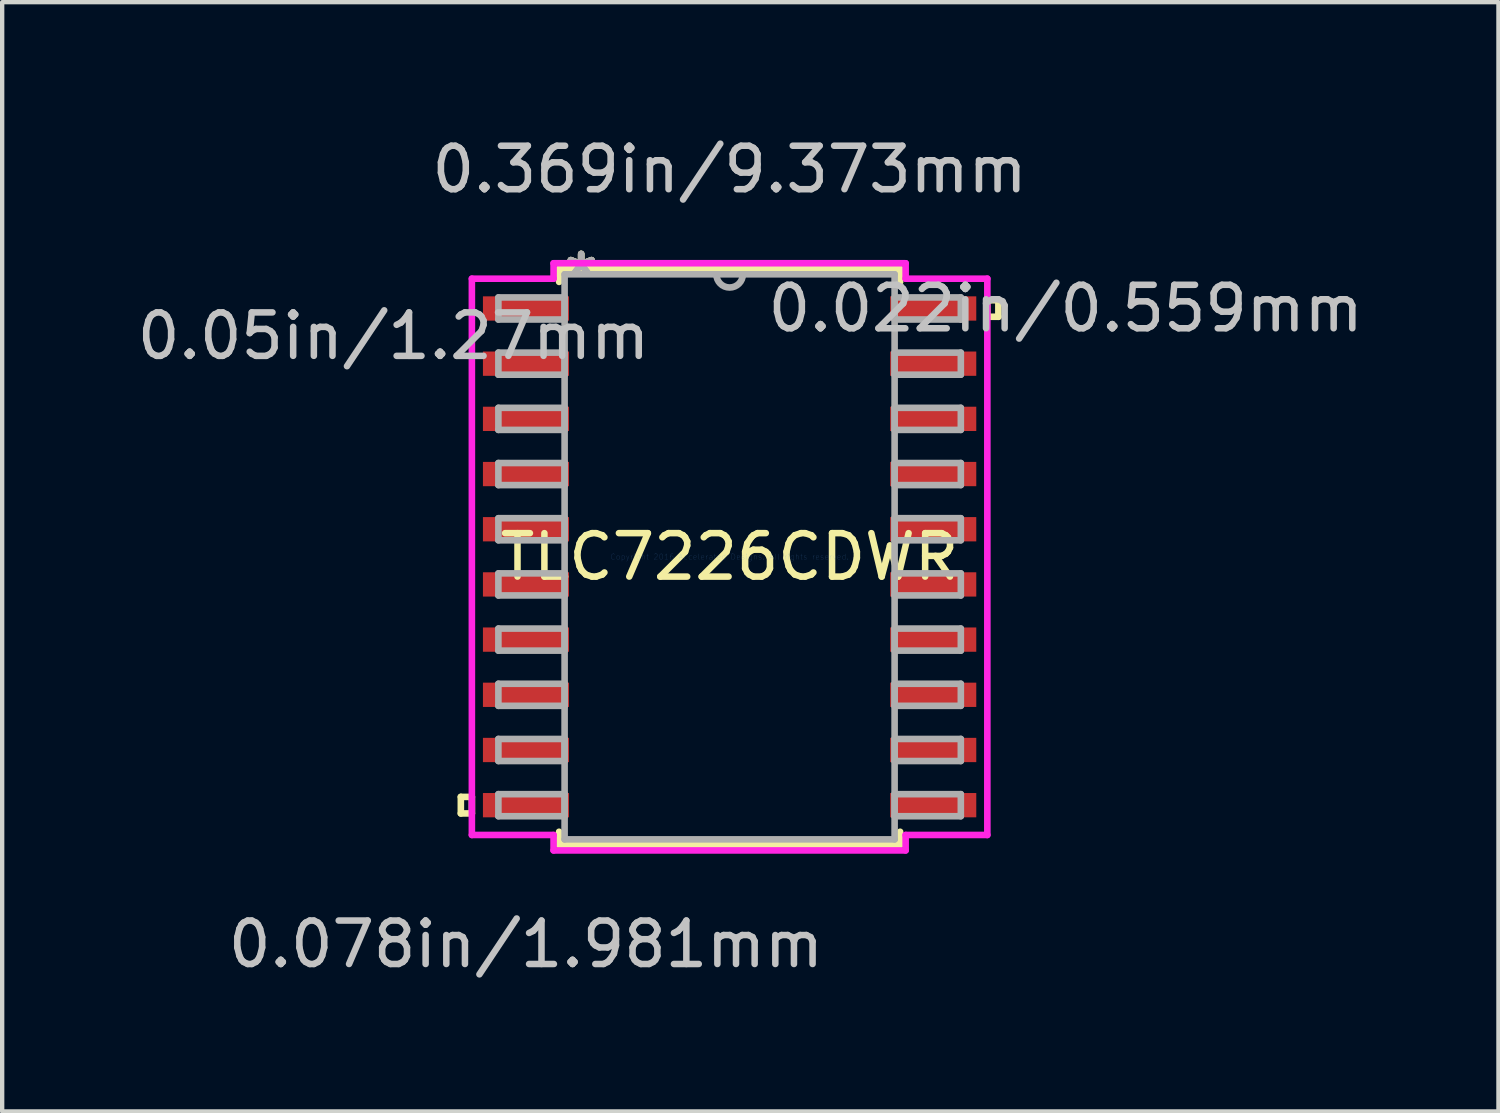
<source format=kicad_pcb>
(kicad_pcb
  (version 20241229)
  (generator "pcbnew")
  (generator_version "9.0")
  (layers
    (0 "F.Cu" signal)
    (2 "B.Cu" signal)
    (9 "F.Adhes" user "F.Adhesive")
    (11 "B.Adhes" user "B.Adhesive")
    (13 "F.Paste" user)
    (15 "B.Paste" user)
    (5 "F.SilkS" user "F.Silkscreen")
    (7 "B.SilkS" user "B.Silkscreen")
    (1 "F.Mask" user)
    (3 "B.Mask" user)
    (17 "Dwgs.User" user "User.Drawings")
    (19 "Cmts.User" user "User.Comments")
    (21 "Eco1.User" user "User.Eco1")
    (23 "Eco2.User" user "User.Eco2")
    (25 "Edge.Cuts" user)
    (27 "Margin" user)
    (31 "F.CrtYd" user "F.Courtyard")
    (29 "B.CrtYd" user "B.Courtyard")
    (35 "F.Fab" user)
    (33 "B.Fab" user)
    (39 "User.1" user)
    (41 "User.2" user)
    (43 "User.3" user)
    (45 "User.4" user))
  (footprint "TLC7226CDWR"
    (layer "F.Cu")
    (at 13.74 9.764)
    (property "Reference" "TLC7226CDWR" (at 0 0 0) (layer "F.SilkS") (effects (font (size 1 1) (thickness 0.15))))
    (attr through_hole)
    (fp_line (start -6.185 5.524) (end -6.185 5.905) (stroke (width 0.152) (type solid)) (layer "F.SilkS"))
    (fp_line (start -6.185 5.905) (end -5.931 5.905) (stroke (width 0.152) (type solid)) (layer "F.SilkS"))
    (fp_line (start -5.931 5.524) (end -6.185 5.524) (stroke (width 0.152) (type solid)) (layer "F.SilkS"))
    (fp_line (start -5.931 5.905) (end -5.931 5.524) (stroke (width 0.152) (type solid)) (layer "F.SilkS"))
    (fp_line (start -3.924 -6.629) (end -3.924 -6.327) (stroke (width 0.152) (type solid)) (layer "F.SilkS"))
    (fp_line (start -3.924 6.327) (end -3.924 6.629) (stroke (width 0.152) (type solid)) (layer "F.SilkS"))
    (fp_line (start -3.924 6.629) (end 3.924 6.629) (stroke (width 0.152) (type solid)) (layer "F.SilkS"))
    (fp_line (start 3.924 -6.629) (end -3.924 -6.629) (stroke (width 0.152) (type solid)) (layer "F.SilkS"))
    (fp_line (start 3.924 -6.327) (end 3.924 -6.629) (stroke (width 0.152) (type solid)) (layer "F.SilkS"))
    (fp_line (start 3.924 6.629) (end 3.924 6.327) (stroke (width 0.152) (type solid)) (layer "F.SilkS"))
    (fp_line (start 5.931 -5.905) (end 6.185 -5.905) (stroke (width 0.152) (type solid)) (layer "F.SilkS"))
    (fp_line (start 5.931 -5.524) (end 5.931 -5.905) (stroke (width 0.152) (type solid)) (layer "F.SilkS"))
    (fp_line (start 6.185 -5.905) (end 6.185 -5.524) (stroke (width 0.152) (type solid)) (layer "F.SilkS"))
    (fp_line (start 6.185 -5.524) (end 5.931 -5.524) (stroke (width 0.152) (type solid)) (layer "F.SilkS"))
    (fp_line (start -5.931 -6.401) (end -4.051 -6.401) (stroke (width 0.152) (type solid)) (layer "F.CrtYd"))
    (fp_line (start -5.931 6.401) (end -5.931 -6.401) (stroke (width 0.152) (type solid)) (layer "F.CrtYd"))
    (fp_line (start -4.051 -6.756) (end 4.051 -6.756) (stroke (width 0.152) (type solid)) (layer "F.CrtYd"))
    (fp_line (start -4.051 -6.401) (end -4.051 -6.756) (stroke (width 0.152) (type solid)) (layer "F.CrtYd"))
    (fp_line (start -4.051 6.401) (end -5.931 6.401) (stroke (width 0.152) (type solid)) (layer "F.CrtYd"))
    (fp_line (start -4.051 6.756) (end -4.051 6.401) (stroke (width 0.152) (type solid)) (layer "F.CrtYd"))
    (fp_line (start 4.051 -6.756) (end 4.051 -6.401) (stroke (width 0.152) (type solid)) (layer "F.CrtYd"))
    (fp_line (start 4.051 -6.401) (end 5.931 -6.401) (stroke (width 0.152) (type solid)) (layer "F.CrtYd"))
    (fp_line (start 4.051 6.401) (end 4.051 6.756) (stroke (width 0.152) (type solid)) (layer "F.CrtYd"))
    (fp_line (start 4.051 6.756) (end -4.051 6.756) (stroke (width 0.152) (type solid)) (layer "F.CrtYd"))
    (fp_line (start 5.931 -6.401) (end 5.931 6.401) (stroke (width 0.152) (type solid)) (layer "F.CrtYd"))
    (fp_line (start 5.931 6.401) (end 4.051 6.401) (stroke (width 0.152) (type solid)) (layer "F.CrtYd"))
    (fp_line (start -5.321 -5.969) (end -5.321 -5.461) (stroke (width 0.152) (type solid)) (layer "F.Fab"))
    (fp_line (start -5.321 -5.461) (end -3.797 -5.461) (stroke (width 0.152) (type solid)) (layer "F.Fab"))
    (fp_line (start -5.321 -4.699) (end -5.321 -4.191) (stroke (width 0.152) (type solid)) (layer "F.Fab"))
    (fp_line (start -5.321 -4.191) (end -3.797 -4.191) (stroke (width 0.152) (type solid)) (layer "F.Fab"))
    (fp_line (start -5.321 -3.429) (end -5.321 -2.921) (stroke (width 0.152) (type solid)) (layer "F.Fab"))
    (fp_line (start -5.321 -2.921) (end -3.797 -2.921) (stroke (width 0.152) (type solid)) (layer "F.Fab"))
    (fp_line (start -5.321 -2.159) (end -5.321 -1.651) (stroke (width 0.152) (type solid)) (layer "F.Fab"))
    (fp_line (start -5.321 -1.651) (end -3.797 -1.651) (stroke (width 0.152) (type solid)) (layer "F.Fab"))
    (fp_line (start -5.321 -0.889) (end -5.321 -0.381) (stroke (width 0.152) (type solid)) (layer "F.Fab"))
    (fp_line (start -5.321 -0.381) (end -3.797 -0.381) (stroke (width 0.152) (type solid)) (layer "F.Fab"))
    (fp_line (start -5.321 0.381) (end -5.321 0.889) (stroke (width 0.152) (type solid)) (layer "F.Fab"))
    (fp_line (start -5.321 0.889) (end -3.797 0.889) (stroke (width 0.152) (type solid)) (layer "F.Fab"))
    (fp_line (start -5.321 1.651) (end -5.321 2.159) (stroke (width 0.152) (type solid)) (layer "F.Fab"))
    (fp_line (start -5.321 2.159) (end -3.797 2.159) (stroke (width 0.152) (type solid)) (layer "F.Fab"))
    (fp_line (start -5.321 2.921) (end -5.321 3.429) (stroke (width 0.152) (type solid)) (layer "F.Fab"))
    (fp_line (start -5.321 3.429) (end -3.797 3.429) (stroke (width 0.152) (type solid)) (layer "F.Fab"))
    (fp_line (start -5.321 4.191) (end -5.321 4.699) (stroke (width 0.152) (type solid)) (layer "F.Fab"))
    (fp_line (start -5.321 4.699) (end -3.797 4.699) (stroke (width 0.152) (type solid)) (layer "F.Fab"))
    (fp_line (start -5.321 5.461) (end -5.321 5.969) (stroke (width 0.152) (type solid)) (layer "F.Fab"))
    (fp_line (start -5.321 5.969) (end -3.797 5.969) (stroke (width 0.152) (type solid)) (layer "F.Fab"))
    (fp_line (start -3.797 -6.502) (end -3.797 6.502) (stroke (width 0.152) (type solid)) (layer "F.Fab"))
    (fp_line (start -3.797 -5.969) (end -5.321 -5.969) (stroke (width 0.152) (type solid)) (layer "F.Fab"))
    (fp_line (start -3.797 -5.461) (end -3.797 -5.969) (stroke (width 0.152) (type solid)) (layer "F.Fab"))
    (fp_line (start -3.797 -4.699) (end -5.321 -4.699) (stroke (width 0.152) (type solid)) (layer "F.Fab"))
    (fp_line (start -3.797 -4.191) (end -3.797 -4.699) (stroke (width 0.152) (type solid)) (layer "F.Fab"))
    (fp_line (start -3.797 -3.429) (end -5.321 -3.429) (stroke (width 0.152) (type solid)) (layer "F.Fab"))
    (fp_line (start -3.797 -2.921) (end -3.797 -3.429) (stroke (width 0.152) (type solid)) (layer "F.Fab"))
    (fp_line (start -3.797 -2.159) (end -5.321 -2.159) (stroke (width 0.152) (type solid)) (layer "F.Fab"))
    (fp_line (start -3.797 -1.651) (end -3.797 -2.159) (stroke (width 0.152) (type solid)) (layer "F.Fab"))
    (fp_line (start -3.797 -0.889) (end -5.321 -0.889) (stroke (width 0.152) (type solid)) (layer "F.Fab"))
    (fp_line (start -3.797 -0.381) (end -3.797 -0.889) (stroke (width 0.152) (type solid)) (layer "F.Fab"))
    (fp_line (start -3.797 0.381) (end -5.321 0.381) (stroke (width 0.152) (type solid)) (layer "F.Fab"))
    (fp_line (start -3.797 0.889) (end -3.797 0.381) (stroke (width 0.152) (type solid)) (layer "F.Fab"))
    (fp_line (start -3.797 1.651) (end -5.321 1.651) (stroke (width 0.152) (type solid)) (layer "F.Fab"))
    (fp_line (start -3.797 2.159) (end -3.797 1.651) (stroke (width 0.152) (type solid)) (layer "F.Fab"))
    (fp_line (start -3.797 2.921) (end -5.321 2.921) (stroke (width 0.152) (type solid)) (layer "F.Fab"))
    (fp_line (start -3.797 3.429) (end -3.797 2.921) (stroke (width 0.152) (type solid)) (layer "F.Fab"))
    (fp_line (start -3.797 4.191) (end -5.321 4.191) (stroke (width 0.152) (type solid)) (layer "F.Fab"))
    (fp_line (start -3.797 4.699) (end -3.797 4.191) (stroke (width 0.152) (type solid)) (layer "F.Fab"))
    (fp_line (start -3.797 5.461) (end -5.321 5.461) (stroke (width 0.152) (type solid)) (layer "F.Fab"))
    (fp_line (start -3.797 5.969) (end -3.797 5.461) (stroke (width 0.152) (type solid)) (layer "F.Fab"))
    (fp_line (start -3.797 6.502) (end 3.797 6.502) (stroke (width 0.152) (type solid)) (layer "F.Fab"))
    (fp_line (start 3.797 -6.502) (end -3.797 -6.502) (stroke (width 0.152) (type solid)) (layer "F.Fab"))
    (fp_line (start 3.797 -5.969) (end 3.797 -5.461) (stroke (width 0.152) (type solid)) (layer "F.Fab"))
    (fp_line (start 3.797 -5.461) (end 5.321 -5.461) (stroke (width 0.152) (type solid)) (layer "F.Fab"))
    (fp_line (start 3.797 -4.699) (end 3.797 -4.191) (stroke (width 0.152) (type solid)) (layer "F.Fab"))
    (fp_line (start 3.797 -4.191) (end 5.321 -4.191) (stroke (width 0.152) (type solid)) (layer "F.Fab"))
    (fp_line (start 3.797 -3.429) (end 3.797 -2.921) (stroke (width 0.152) (type solid)) (layer "F.Fab"))
    (fp_line (start 3.797 -2.921) (end 5.321 -2.921) (stroke (width 0.152) (type solid)) (layer "F.Fab"))
    (fp_line (start 3.797 -2.159) (end 3.797 -1.651) (stroke (width 0.152) (type solid)) (layer "F.Fab"))
    (fp_line (start 3.797 -1.651) (end 5.321 -1.651) (stroke (width 0.152) (type solid)) (layer "F.Fab"))
    (fp_line (start 3.797 -0.889) (end 3.797 -0.381) (stroke (width 0.152) (type solid)) (layer "F.Fab"))
    (fp_line (start 3.797 -0.381) (end 5.321 -0.381) (stroke (width 0.152) (type solid)) (layer "F.Fab"))
    (fp_line (start 3.797 0.381) (end 3.797 0.889) (stroke (width 0.152) (type solid)) (layer "F.Fab"))
    (fp_line (start 3.797 0.889) (end 5.321 0.889) (stroke (width 0.152) (type solid)) (layer "F.Fab"))
    (fp_line (start 3.797 1.651) (end 3.797 2.159) (stroke (width 0.152) (type solid)) (layer "F.Fab"))
    (fp_line (start 3.797 2.159) (end 5.321 2.159) (stroke (width 0.152) (type solid)) (layer "F.Fab"))
    (fp_line (start 3.797 2.921) (end 3.797 3.429) (stroke (width 0.152) (type solid)) (layer "F.Fab"))
    (fp_line (start 3.797 3.429) (end 5.321 3.429) (stroke (width 0.152) (type solid)) (layer "F.Fab"))
    (fp_line (start 3.797 4.191) (end 3.797 4.699) (stroke (width 0.152) (type solid)) (layer "F.Fab"))
    (fp_line (start 3.797 4.699) (end 5.321 4.699) (stroke (width 0.152) (type solid)) (layer "F.Fab"))
    (fp_line (start 3.797 5.461) (end 3.797 5.969) (stroke (width 0.152) (type solid)) (layer "F.Fab"))
    (fp_line (start 3.797 5.969) (end 5.321 5.969) (stroke (width 0.152) (type solid)) (layer "F.Fab"))
    (fp_line (start 3.797 6.502) (end 3.797 -6.502) (stroke (width 0.152) (type solid)) (layer "F.Fab"))
    (fp_line (start 5.321 -5.969) (end 3.797 -5.969) (stroke (width 0.152) (type solid)) (layer "F.Fab"))
    (fp_line (start 5.321 -5.461) (end 5.321 -5.969) (stroke (width 0.152) (type solid)) (layer "F.Fab"))
    (fp_line (start 5.321 -4.699) (end 3.797 -4.699) (stroke (width 0.152) (type solid)) (layer "F.Fab"))
    (fp_line (start 5.321 -4.191) (end 5.321 -4.699) (stroke (width 0.152) (type solid)) (layer "F.Fab"))
    (fp_line (start 5.321 -3.429) (end 3.797 -3.429) (stroke (width 0.152) (type solid)) (layer "F.Fab"))
    (fp_line (start 5.321 -2.921) (end 5.321 -3.429) (stroke (width 0.152) (type solid)) (layer "F.Fab"))
    (fp_line (start 5.321 -2.159) (end 3.797 -2.159) (stroke (width 0.152) (type solid)) (layer "F.Fab"))
    (fp_line (start 5.321 -1.651) (end 5.321 -2.159) (stroke (width 0.152) (type solid)) (layer "F.Fab"))
    (fp_line (start 5.321 -0.889) (end 3.797 -0.889) (stroke (width 0.152) (type solid)) (layer "F.Fab"))
    (fp_line (start 5.321 -0.381) (end 5.321 -0.889) (stroke (width 0.152) (type solid)) (layer "F.Fab"))
    (fp_line (start 5.321 0.381) (end 3.797 0.381) (stroke (width 0.152) (type solid)) (layer "F.Fab"))
    (fp_line (start 5.321 0.889) (end 5.321 0.381) (stroke (width 0.152) (type solid)) (layer "F.Fab"))
    (fp_line (start 5.321 1.651) (end 3.797 1.651) (stroke (width 0.152) (type solid)) (layer "F.Fab"))
    (fp_line (start 5.321 2.159) (end 5.321 1.651) (stroke (width 0.152) (type solid)) (layer "F.Fab"))
    (fp_line (start 5.321 2.921) (end 3.797 2.921) (stroke (width 0.152) (type solid)) (layer "F.Fab"))
    (fp_line (start 5.321 3.429) (end 5.321 2.921) (stroke (width 0.152) (type solid)) (layer "F.Fab"))
    (fp_line (start 5.321 4.191) (end 3.797 4.191) (stroke (width 0.152) (type solid)) (layer "F.Fab"))
    (fp_line (start 5.321 4.699) (end 5.321 4.191) (stroke (width 0.152) (type solid)) (layer "F.Fab"))
    (fp_line (start 5.321 5.461) (end 3.797 5.461) (stroke (width 0.152) (type solid)) (layer "F.Fab"))
    (fp_line (start 5.321 5.969) (end 5.321 5.461) (stroke (width 0.152) (type solid)) (layer "F.Fab"))
    (fp_arc (start 0.3048 -6.5024) (mid 0 -6.1976) (end -0.3048 -6.5024) (stroke (width 0.1524) (type solid)) (layer "F.Fab"))
    (fp_text user "*" (at -3.416 -6.426 0) (layer "F.SilkS") (effects (font (size 1 1) (thickness 0.15))))
    (fp_text user "*" (at -3.416 -6.426 0) (layer "F.SilkS") (effects (font (size 1 1) (thickness 0.15))))
    (fp_text user "0.05in/1.27mm" (at -7.734 -5.08 0) (layer "Dwgs.User") (effects (font (size 1 1) (thickness 0.15))))
    (fp_text user "0.369in/9.373mm" (at 0 -8.915 0) (layer "Dwgs.User") (effects (font (size 1 1) (thickness 0.15))))
    (fp_text user "0.078in/1.981mm" (at -4.686 8.915 0) (layer "Dwgs.User") (effects (font (size 1 1) (thickness 0.15))))
    (fp_text user "0.022in/0.559mm" (at 7.734 -5.715 0) (layer "Dwgs.User") (effects (font (size 1 1) (thickness 0.15))))
    (fp_text user "Copyright 2016 Accelerated Designs. All rights reserved." (at 0 0 0) (layer "Cmts.User") (effects (font (size 0.127 0.127) (thickness 0.002))))
    (fp_text user "*" (at -3.416 -6.426 0) (layer "F.Fab") (effects (font (size 1 1) (thickness 0.15))))
    (fp_text user "*" (at -3.416 -6.426 0) (layer "F.Fab") (effects (font (size 1 1) (thickness 0.15))))
    (pad "1" smd rect (at -4.686 -5.715) (size 1.981 0.559) (layers "F.Cu" "F.Mask" "F.Paste"))
    (pad "2" smd rect (at -4.686 -4.445) (size 1.981 0.559) (layers "F.Cu" "F.Mask" "F.Paste"))
    (pad "3" smd rect (at -4.686 -3.175) (size 1.981 0.559) (layers "F.Cu" "F.Mask" "F.Paste"))
    (pad "4" smd rect (at -4.686 -1.905) (size 1.981 0.559) (layers "F.Cu" "F.Mask" "F.Paste"))
    (pad "5" smd rect (at -4.686 -0.635) (size 1.981 0.559) (layers "F.Cu" "F.Mask" "F.Paste"))
    (pad "6" smd rect (at -4.686 0.635) (size 1.981 0.559) (layers "F.Cu" "F.Mask" "F.Paste"))
    (pad "7" smd rect (at -4.686 1.905) (size 1.981 0.559) (layers "F.Cu" "F.Mask" "F.Paste"))
    (pad "8" smd rect (at -4.686 3.175) (size 1.981 0.559) (layers "F.Cu" "F.Mask" "F.Paste"))
    (pad "9" smd rect (at -4.686 4.445) (size 1.981 0.559) (layers "F.Cu" "F.Mask" "F.Paste"))
    (pad "10" smd rect (at -4.686 5.715) (size 1.981 0.559) (layers "F.Cu" "F.Mask" "F.Paste"))
    (pad "11" smd rect (at 4.686 5.715) (size 1.981 0.559) (layers "F.Cu" "F.Mask" "F.Paste"))
    (pad "12" smd rect (at 4.686 4.445) (size 1.981 0.559) (layers "F.Cu" "F.Mask" "F.Paste"))
    (pad "13" smd rect (at 4.686 3.175) (size 1.981 0.559) (layers "F.Cu" "F.Mask" "F.Paste"))
    (pad "14" smd rect (at 4.686 1.905) (size 1.981 0.559) (layers "F.Cu" "F.Mask" "F.Paste"))
    (pad "15" smd rect (at 4.686 0.635) (size 1.981 0.559) (layers "F.Cu" "F.Mask" "F.Paste"))
    (pad "16" smd rect (at 4.686 -0.635) (size 1.981 0.559) (layers "F.Cu" "F.Mask" "F.Paste"))
    (pad "17" smd rect (at 4.686 -1.905) (size 1.981 0.559) (layers "F.Cu" "F.Mask" "F.Paste"))
    (pad "18" smd rect (at 4.686 -3.175) (size 1.981 0.559) (layers "F.Cu" "F.Mask" "F.Paste"))
    (pad "19" smd rect (at 4.686 -4.445) (size 1.981 0.559) (layers "F.Cu" "F.Mask" "F.Paste"))
    (pad "20" smd rect (at 4.686 -5.715) (size 1.981 0.559) (layers "F.Cu" "F.Mask" "F.Paste")))
  (gr_rect
    (start -3 -3)
    (end 31.433 22.527)
    (stroke (width 0.1) (type default))
    (fill no)
    (layer "Edge.Cuts")))
</source>
